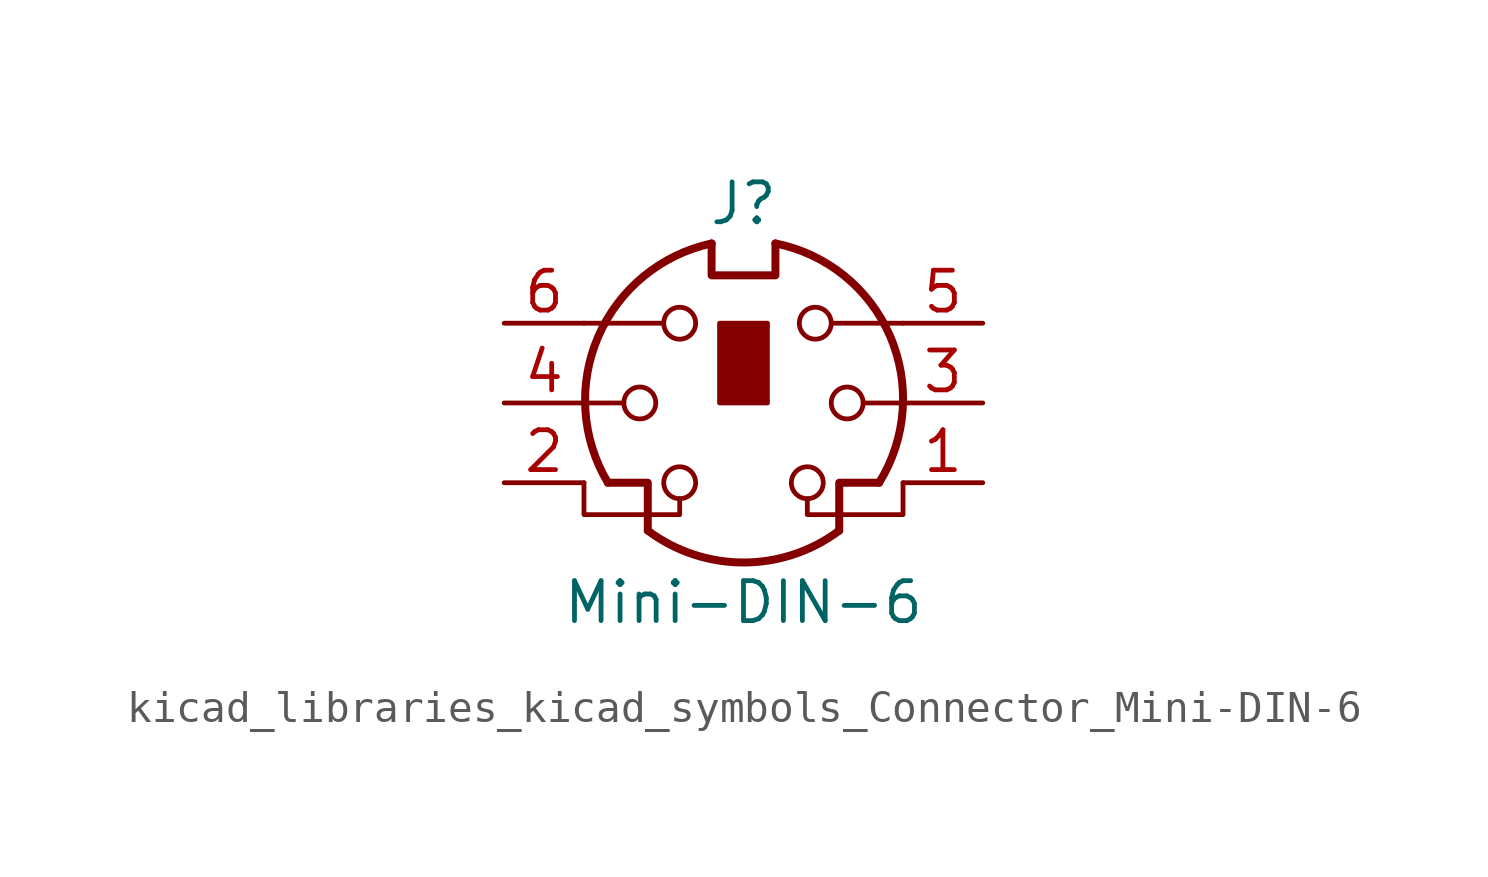
<source format=kicad_sym>
(kicad_symbol_lib
  (version 20220914)
  (generator kicad_symbol_editor)
  (symbol "kicad_libraries_kicad_symbols_Connector_Mini-DIN-6"
    (pin_names
      (offset 1.016))
    (property "Reference" "J"
      (at 0 6.35 0)
      (effects (font (size 1.27 1.27))))
    (property "Value" "Mini-DIN-6"
      (at 0 -6.35 0)
      (effects (font (size 1.27 1.27))))
    (symbol "kicad_libraries_kicad_symbols_Connector_Mini-DIN-6_0_1"
      (circle (center -3.302 0) (radius 0.508) (stroke (width 0) (type default)) (fill (type none)))
      (arc (start -3.048 -4.064) (mid 0 -5.08) (end 3.048 -4.064) (stroke (width 0.254) (type default)) (fill (type none)))
      (circle (center -2.032 -2.54) (radius 0.508) (stroke (width 0) (type default)) (fill (type none)))
      (circle (center -2.032 2.54) (radius 0.508) (stroke (width 0) (type default)) (fill (type none)))
      (arc (start -1.016 5.08) (mid -4.6228 2.1214) (end -4.318 -2.54) (stroke (width 0.254) (type default)) (fill (type none)))
      (rectangle (start -0.762 2.54) (end 0.762 0) (stroke (width 0) (type default)) (fill (type outline)))
      (polyline (pts (xy -3.81 0) (xy -5.08 0)) (stroke (width 0) (type default)) (fill (type none)))
      (polyline (pts (xy -2.54 2.54) (xy -5.08 2.54)) (stroke (width 0) (type default)) (fill (type none)))
      (polyline (pts (xy 2.794 2.54) (xy 5.08 2.54)) (stroke (width 0) (type default)) (fill (type none)))
      (polyline (pts (xy 5.08 0) (xy 3.81 0)) (stroke (width 0) (type default)) (fill (type none)))
      (polyline (pts (xy -4.318 -2.54) (xy -3.048 -2.54) (xy -3.048 -4.064)) (stroke (width 0.254) (type default)) (fill (type none)))
      (polyline (pts (xy 4.318 -2.54) (xy 3.048 -2.54) (xy 3.048 -4.064)) (stroke (width 0.254) (type default)) (fill (type none)))
      (polyline (pts (xy -2.032 -3.048) (xy -2.032 -3.556) (xy -5.08 -3.556) (xy -5.08 -2.54)) (stroke (width 0) (type default)) (fill (type none)))
      (polyline (pts (xy -1.016 5.08) (xy -1.016 4.064) (xy 1.016 4.064) (xy 1.016 5.08)) (stroke (width 0.254) (type default)) (fill (type none)))
      (polyline (pts (xy 2.032 -3.048) (xy 2.032 -3.556) (xy 5.08 -3.556) (xy 5.08 -2.54)) (stroke (width 0) (type default)) (fill (type none)))
      (circle (center 2.032 -2.54) (radius 0.508) (stroke (width 0) (type default)) (fill (type none)))
      (circle (center 2.286 2.54) (radius 0.508) (stroke (width 0) (type default)) (fill (type none)))
      (circle (center 3.302 0) (radius 0.508) (stroke (width 0) (type default)) (fill (type none)))
      (arc (start 4.318 -2.54) (mid 4.6661 2.1322) (end 1.016 5.08) (stroke (width 0.254) (type default)) (fill (type none))))
    (symbol "kicad_libraries_kicad_symbols_Connector_Mini-DIN-6_1_1"
      (pin passive line (at 7.62 -2.54 180) (length 2.54) (name "~" (effects (font (size 1.27 1.27)))) (number "1" (effects (font (size 1.27 1.27)))))
      (pin passive line (at -7.62 -2.54 0) (length 2.54) (name "~" (effects (font (size 1.27 1.27)))) (number "2" (effects (font (size 1.27 1.27)))))
      (pin passive line (at 7.62 0 180) (length 2.54) (name "~" (effects (font (size 1.27 1.27)))) (number "3" (effects (font (size 1.27 1.27)))))
      (pin passive line (at -7.62 0 0) (length 2.54) (name "~" (effects (font (size 1.27 1.27)))) (number "4" (effects (font (size 1.27 1.27)))))
      (pin passive line (at 7.62 2.54 180) (length 2.54) (name "~" (effects (font (size 1.27 1.27)))) (number "5" (effects (font (size 1.27 1.27)))))
      (pin passive line (at -7.62 2.54 0) (length 2.54) (name "~" (effects (font (size 1.27 1.27)))) (number "6" (effects (font (size 1.27 1.27))))))))
</source>
